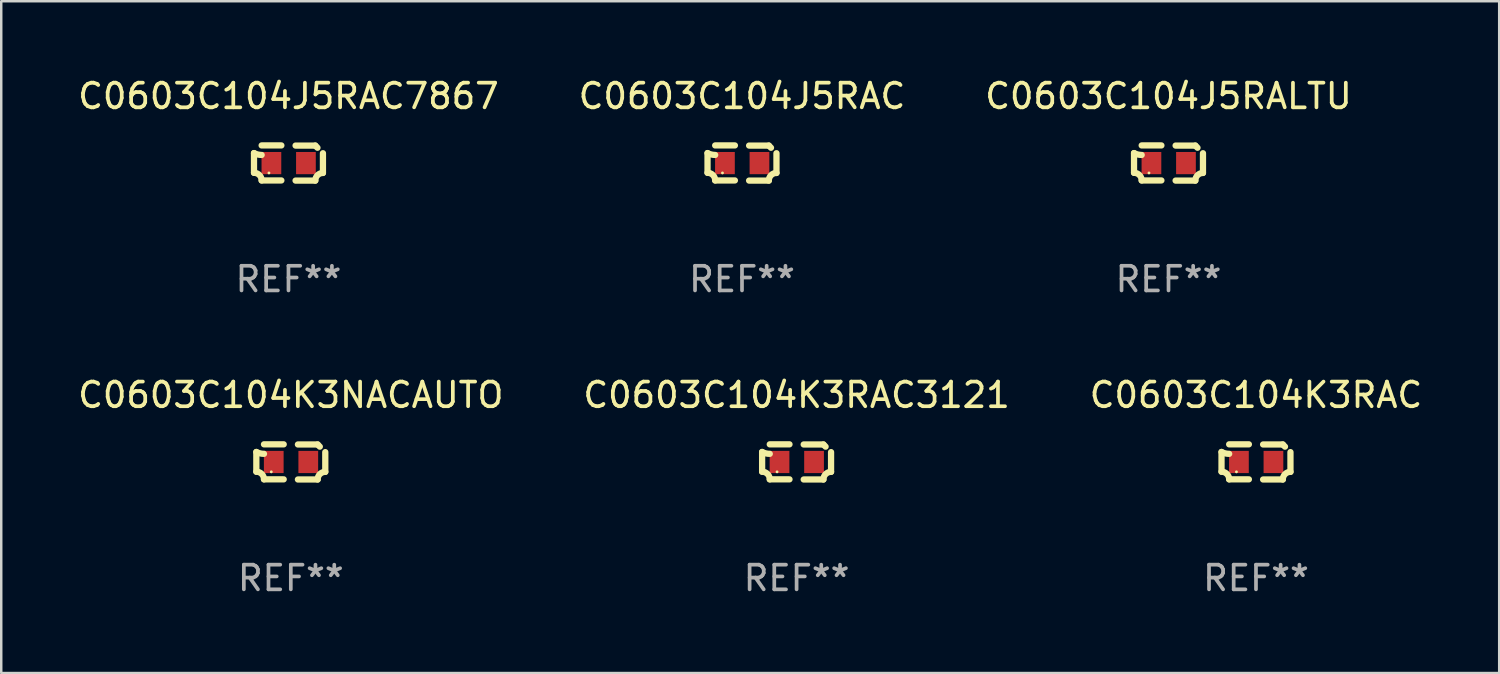
<source format=kicad_pcb>
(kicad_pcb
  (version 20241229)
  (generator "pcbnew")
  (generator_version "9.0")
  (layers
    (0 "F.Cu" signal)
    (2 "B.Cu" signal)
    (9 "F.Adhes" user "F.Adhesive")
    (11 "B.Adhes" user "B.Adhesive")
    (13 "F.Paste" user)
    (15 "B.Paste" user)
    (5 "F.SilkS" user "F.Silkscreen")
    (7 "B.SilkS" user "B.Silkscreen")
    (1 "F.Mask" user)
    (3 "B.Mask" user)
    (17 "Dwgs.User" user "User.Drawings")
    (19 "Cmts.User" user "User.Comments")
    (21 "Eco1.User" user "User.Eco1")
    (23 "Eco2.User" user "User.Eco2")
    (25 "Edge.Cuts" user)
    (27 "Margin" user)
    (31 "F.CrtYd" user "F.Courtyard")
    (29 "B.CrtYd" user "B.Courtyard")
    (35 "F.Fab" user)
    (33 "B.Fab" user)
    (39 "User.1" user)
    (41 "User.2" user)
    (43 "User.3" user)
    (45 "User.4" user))
  (footprint "C0603C104K3NACAUTO"
    (layer "F.Cu")
    (at 8.744 15.683)
    (property "Reference" "C0603C104K3NACAUTO" (at 0 -2.713 0) (layer "F.SilkS") (effects (font (size 1 1) (thickness 0.15))))
    (attr through_hole)
    (fp_line (start -1.398 -0.403) (end -1.398 0.397) (stroke (width 0.254) (type solid)) (layer "F.SilkS"))
    (fp_line (start -0.288 -0.713) (end -1.088 -0.713) (stroke (width 0.254) (type solid)) (layer "F.SilkS"))
    (fp_line (start -0.288 0.707) (end -1.088 0.707) (stroke (width 0.254) (type solid)) (layer "F.SilkS"))
    (fp_line (start 0.288 -0.707) (end 1.088 -0.707) (stroke (width 0.254) (type solid)) (layer "F.SilkS"))
    (fp_line (start 0.288 0.713) (end 1.088 0.713) (stroke (width 0.254) (type solid)) (layer "F.SilkS"))
    (fp_line (start 1.398 -0.397) (end 1.398 0.403) (stroke (width 0.254) (type solid)) (layer "F.SilkS"))
    (fp_arc (start -1.397789 0.397066) (mid -1.178701 0.487826) (end -1.08796 0.706922) (stroke (width 0.254001) (type solid)) (layer "F.SilkS"))
    (fp_arc (start -1.08796 -0.327176) (mid -1.247436 -0.346384) (end -1.39779 -0.402908) (stroke (width 0.254001) (type solid)) (layer "F.SilkS"))
    (fp_arc (start 1.087909 0.712738) (mid 1.178656 0.493655) (end 1.397739 0.402908) (stroke (width 0.254001) (type solid)) (layer "F.SilkS"))
    (fp_arc (start 1.175925 -0.618926) (mid 1.131917 -0.662923) (end 1.08791 -0.706922) (stroke (width 0.254001) (type solid)) (layer "F.SilkS"))
    (fp_circle (center -0.792 0.403) (end -0.762 0.403) (stroke (width 0.06) (type solid)) (fill no) (layer "F.SilkS"))
    (fp_text user "REF**" (at 0 4.713 0) (layer "F.Fab") (effects (font (size 1 1) (thickness 0.15))))
    (pad "1" smd rect (at -0.692 0.003) (size 0.8 0.9) (layers "F.Cu" "F.Mask" "F.Paste"))
    (pad "2" smd rect (at 0.708 0.003) (size 0.8 0.9) (layers "F.Cu" "F.Mask" "F.Paste")))
  (footprint "C0603C104K3RAC"
    (layer "F.Cu")
    (at 47.887 15.683)
    (property "Reference" "C0603C104K3RAC" (at 0 -2.713 0) (layer "F.SilkS") (effects (font (size 1 1) (thickness 0.15))))
    (attr through_hole)
    (fp_line (start -1.398 -0.403) (end -1.398 0.397) (stroke (width 0.254) (type solid)) (layer "F.SilkS"))
    (fp_line (start -0.288 -0.713) (end -1.088 -0.713) (stroke (width 0.254) (type solid)) (layer "F.SilkS"))
    (fp_line (start -0.288 0.707) (end -1.088 0.707) (stroke (width 0.254) (type solid)) (layer "F.SilkS"))
    (fp_line (start 0.288 -0.707) (end 1.088 -0.707) (stroke (width 0.254) (type solid)) (layer "F.SilkS"))
    (fp_line (start 0.288 0.713) (end 1.088 0.713) (stroke (width 0.254) (type solid)) (layer "F.SilkS"))
    (fp_line (start 1.398 -0.397) (end 1.398 0.403) (stroke (width 0.254) (type solid)) (layer "F.SilkS"))
    (fp_arc (start -1.397789 0.397066) (mid -1.178701 0.487826) (end -1.08796 0.706922) (stroke (width 0.254001) (type solid)) (layer "F.SilkS"))
    (fp_arc (start -1.08796 -0.327176) (mid -1.247436 -0.346384) (end -1.39779 -0.402908) (stroke (width 0.254001) (type solid)) (layer "F.SilkS"))
    (fp_arc (start 1.087909 0.712738) (mid 1.178656 0.493655) (end 1.397739 0.402908) (stroke (width 0.254001) (type solid)) (layer "F.SilkS"))
    (fp_arc (start 1.175925 -0.618926) (mid 1.131917 -0.662923) (end 1.08791 -0.706922) (stroke (width 0.254001) (type solid)) (layer "F.SilkS"))
    (fp_circle (center -0.792 0.403) (end -0.762 0.403) (stroke (width 0.06) (type solid)) (fill no) (layer "F.SilkS"))
    (fp_text user "REF**" (at 0 4.713 0) (layer "F.Fab") (effects (font (size 1 1) (thickness 0.15))))
    (pad "1" smd rect (at -0.692 0.003) (size 0.8 0.9) (layers "F.Cu" "F.Mask" "F.Paste"))
    (pad "2" smd rect (at 0.708 0.003) (size 0.8 0.9) (layers "F.Cu" "F.Mask" "F.Paste")))
  (footprint "C0603C104K3RAC3121"
    (layer "F.Cu")
    (at 29.256 15.683)
    (property "Reference" "C0603C104K3RAC3121" (at 0 -2.713 0) (layer "F.SilkS") (effects (font (size 1 1) (thickness 0.15))))
    (attr through_hole)
    (fp_line (start -1.398 -0.403) (end -1.398 0.397) (stroke (width 0.254) (type solid)) (layer "F.SilkS"))
    (fp_line (start -0.288 -0.713) (end -1.088 -0.713) (stroke (width 0.254) (type solid)) (layer "F.SilkS"))
    (fp_line (start -0.288 0.707) (end -1.088 0.707) (stroke (width 0.254) (type solid)) (layer "F.SilkS"))
    (fp_line (start 0.288 -0.707) (end 1.088 -0.707) (stroke (width 0.254) (type solid)) (layer "F.SilkS"))
    (fp_line (start 0.288 0.713) (end 1.088 0.713) (stroke (width 0.254) (type solid)) (layer "F.SilkS"))
    (fp_line (start 1.398 -0.397) (end 1.398 0.403) (stroke (width 0.254) (type solid)) (layer "F.SilkS"))
    (fp_arc (start -1.397789 0.397066) (mid -1.178701 0.487826) (end -1.08796 0.706922) (stroke (width 0.254001) (type solid)) (layer "F.SilkS"))
    (fp_arc (start -1.08796 -0.327176) (mid -1.247436 -0.346384) (end -1.39779 -0.402908) (stroke (width 0.254001) (type solid)) (layer "F.SilkS"))
    (fp_arc (start 1.087909 0.712738) (mid 1.178656 0.493655) (end 1.397739 0.402908) (stroke (width 0.254001) (type solid)) (layer "F.SilkS"))
    (fp_arc (start 1.175925 -0.618926) (mid 1.131917 -0.662923) (end 1.08791 -0.706922) (stroke (width 0.254001) (type solid)) (layer "F.SilkS"))
    (fp_circle (center -0.792 0.403) (end -0.762 0.403) (stroke (width 0.06) (type solid)) (fill no) (layer "F.SilkS"))
    (fp_text user "REF**" (at 0 4.713 0) (layer "F.Fab") (effects (font (size 1 1) (thickness 0.15))))
    (pad "1" smd rect (at -0.692 0.003) (size 0.8 0.9) (layers "F.Cu" "F.Mask" "F.Paste"))
    (pad "2" smd rect (at 0.708 0.003) (size 0.8 0.9) (layers "F.Cu" "F.Mask" "F.Paste")))
  (footprint "C0603C104J5RAC"
    (layer "F.Cu")
    (at 27.042 3.561)
    (property "Reference" "C0603C104J5RAC" (at 0 -2.713 0) (layer "F.SilkS") (effects (font (size 1 1) (thickness 0.15))))
    (attr through_hole)
    (fp_line (start -1.398 -0.403) (end -1.398 0.397) (stroke (width 0.254) (type solid)) (layer "F.SilkS"))
    (fp_line (start -0.288 -0.713) (end -1.088 -0.713) (stroke (width 0.254) (type solid)) (layer "F.SilkS"))
    (fp_line (start -0.288 0.707) (end -1.088 0.707) (stroke (width 0.254) (type solid)) (layer "F.SilkS"))
    (fp_line (start 0.288 -0.707) (end 1.088 -0.707) (stroke (width 0.254) (type solid)) (layer "F.SilkS"))
    (fp_line (start 0.288 0.713) (end 1.088 0.713) (stroke (width 0.254) (type solid)) (layer "F.SilkS"))
    (fp_line (start 1.398 -0.397) (end 1.398 0.403) (stroke (width 0.254) (type solid)) (layer "F.SilkS"))
    (fp_arc (start -1.397789 0.397066) (mid -1.178701 0.487826) (end -1.08796 0.706922) (stroke (width 0.254001) (type solid)) (layer "F.SilkS"))
    (fp_arc (start -1.08796 -0.327176) (mid -1.247436 -0.346384) (end -1.39779 -0.402908) (stroke (width 0.254001) (type solid)) (layer "F.SilkS"))
    (fp_arc (start 1.087909 0.712738) (mid 1.178656 0.493655) (end 1.397739 0.402908) (stroke (width 0.254001) (type solid)) (layer "F.SilkS"))
    (fp_arc (start 1.175925 -0.618926) (mid 1.131917 -0.662923) (end 1.08791 -0.706922) (stroke (width 0.254001) (type solid)) (layer "F.SilkS"))
    (fp_circle (center -0.792 0.403) (end -0.762 0.403) (stroke (width 0.06) (type solid)) (fill no) (layer "F.SilkS"))
    (fp_text user "REF**" (at 0 4.713 0) (layer "F.Fab") (effects (font (size 1 1) (thickness 0.15))))
    (pad "1" smd rect (at -0.692 0.003) (size 0.8 0.9) (layers "F.Cu" "F.Mask" "F.Paste"))
    (pad "2" smd rect (at 0.708 0.003) (size 0.8 0.9) (layers "F.Cu" "F.Mask" "F.Paste")))
  (footprint "C0603C104J5RALTU"
    (layer "F.Cu")
    (at 44.339 3.561)
    (property "Reference" "C0603C104J5RALTU" (at 0 -2.713 0) (layer "F.SilkS") (effects (font (size 1 1) (thickness 0.15))))
    (attr through_hole)
    (fp_line (start -1.398 -0.403) (end -1.398 0.397) (stroke (width 0.254) (type solid)) (layer "F.SilkS"))
    (fp_line (start -0.288 -0.713) (end -1.088 -0.713) (stroke (width 0.254) (type solid)) (layer "F.SilkS"))
    (fp_line (start -0.288 0.707) (end -1.088 0.707) (stroke (width 0.254) (type solid)) (layer "F.SilkS"))
    (fp_line (start 0.288 -0.707) (end 1.088 -0.707) (stroke (width 0.254) (type solid)) (layer "F.SilkS"))
    (fp_line (start 0.288 0.713) (end 1.088 0.713) (stroke (width 0.254) (type solid)) (layer "F.SilkS"))
    (fp_line (start 1.398 -0.397) (end 1.398 0.403) (stroke (width 0.254) (type solid)) (layer "F.SilkS"))
    (fp_arc (start -1.397789 0.397066) (mid -1.178701 0.487826) (end -1.08796 0.706922) (stroke (width 0.254001) (type solid)) (layer "F.SilkS"))
    (fp_arc (start -1.08796 -0.327176) (mid -1.247436 -0.346384) (end -1.39779 -0.402908) (stroke (width 0.254001) (type solid)) (layer "F.SilkS"))
    (fp_arc (start 1.087909 0.712738) (mid 1.178656 0.493655) (end 1.397739 0.402908) (stroke (width 0.254001) (type solid)) (layer "F.SilkS"))
    (fp_arc (start 1.175925 -0.618926) (mid 1.131917 -0.662923) (end 1.08791 -0.706922) (stroke (width 0.254001) (type solid)) (layer "F.SilkS"))
    (fp_circle (center -0.792 0.403) (end -0.762 0.403) (stroke (width 0.06) (type solid)) (fill no) (layer "F.SilkS"))
    (fp_text user "REF**" (at 0 4.713 0) (layer "F.Fab") (effects (font (size 1 1) (thickness 0.15))))
    (pad "1" smd rect (at -0.692 0.003) (size 0.8 0.9) (layers "F.Cu" "F.Mask" "F.Paste"))
    (pad "2" smd rect (at 0.708 0.003) (size 0.8 0.9) (layers "F.Cu" "F.Mask" "F.Paste")))
  (footprint "C0603C104J5RAC7867"
    (layer "F.Cu")
    (at 8.649 3.561)
    (property "Reference" "C0603C104J5RAC7867" (at 0 -2.713 0) (layer "F.SilkS") (effects (font (size 1 1) (thickness 0.15))))
    (attr through_hole)
    (fp_line (start -1.398 -0.403) (end -1.398 0.397) (stroke (width 0.254) (type solid)) (layer "F.SilkS"))
    (fp_line (start -0.288 -0.713) (end -1.088 -0.713) (stroke (width 0.254) (type solid)) (layer "F.SilkS"))
    (fp_line (start -0.288 0.707) (end -1.088 0.707) (stroke (width 0.254) (type solid)) (layer "F.SilkS"))
    (fp_line (start 0.288 -0.707) (end 1.088 -0.707) (stroke (width 0.254) (type solid)) (layer "F.SilkS"))
    (fp_line (start 0.288 0.713) (end 1.088 0.713) (stroke (width 0.254) (type solid)) (layer "F.SilkS"))
    (fp_line (start 1.398 -0.397) (end 1.398 0.403) (stroke (width 0.254) (type solid)) (layer "F.SilkS"))
    (fp_arc (start -1.397789 0.397066) (mid -1.178701 0.487826) (end -1.08796 0.706922) (stroke (width 0.254001) (type solid)) (layer "F.SilkS"))
    (fp_arc (start -1.08796 -0.327176) (mid -1.247436 -0.346384) (end -1.39779 -0.402908) (stroke (width 0.254001) (type solid)) (layer "F.SilkS"))
    (fp_arc (start 1.087909 0.712738) (mid 1.178656 0.493655) (end 1.397739 0.402908) (stroke (width 0.254001) (type solid)) (layer "F.SilkS"))
    (fp_arc (start 1.175925 -0.618926) (mid 1.131917 -0.662923) (end 1.08791 -0.706922) (stroke (width 0.254001) (type solid)) (layer "F.SilkS"))
    (fp_circle (center -0.792 0.403) (end -0.762 0.403) (stroke (width 0.06) (type solid)) (fill no) (layer "F.SilkS"))
    (fp_text user "REF**" (at 0 4.713 0) (layer "F.Fab") (effects (font (size 1 1) (thickness 0.15))))
    (pad "1" smd rect (at -0.692 0.003) (size 0.8 0.9) (layers "F.Cu" "F.Mask" "F.Paste"))
    (pad "2" smd rect (at 0.708 0.003) (size 0.8 0.9) (layers "F.Cu" "F.Mask" "F.Paste")))
  (gr_rect
    (start -3 -3)
    (end 57.75 24.244)
    (stroke (width 0.1) (type default))
    (fill no)
    (layer "Edge.Cuts")))
</source>
